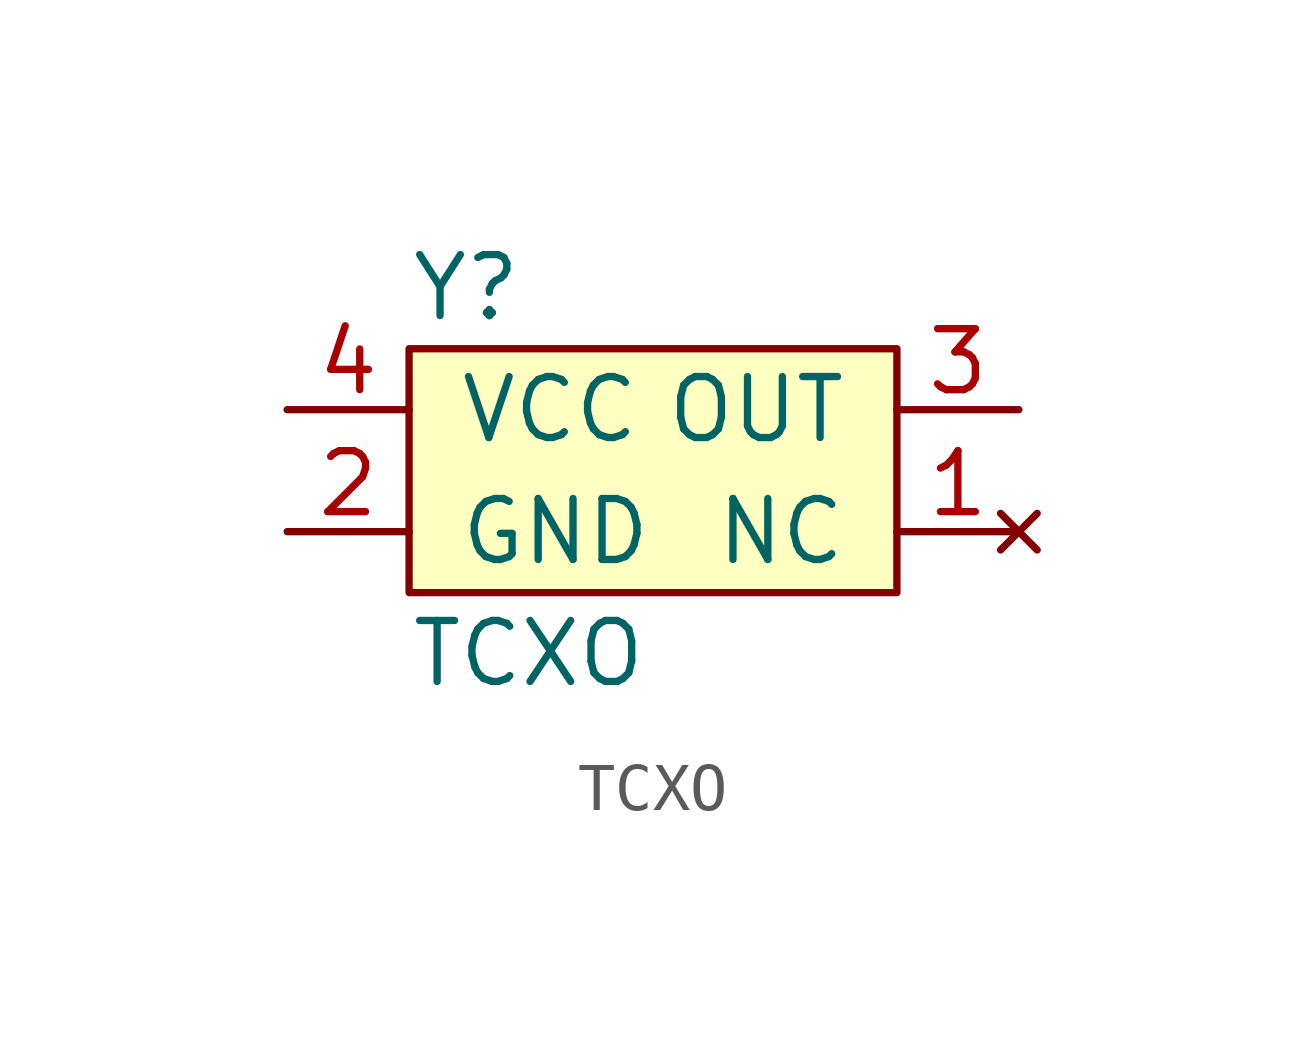
<source format=kicad_sym>
(kicad_symbol_lib
  (version 20211014)
  (generator kicad_symbol_editor)
  (symbol "TCXO"
    (pin_names
      (offset 1.016))
    (property "Reference" "Y"
      (at -5.08 2.54 0)
      (effects (font (size 1.27 1.27)) (justify left)))
    (property "Value" "TCXO"
      (at -5.08 -5.08 0)
      (effects (font (size 1.27 1.27)) (justify left)))
    (symbol "TCXO_0_1"
      (rectangle (start -5.08 1.27) (end 5.08 -3.81) (stroke (width 0) (type default) (color 0 0 0 0)) (fill (type background))))
    (symbol "TCXO_1_1"
      (pin no_connect line (at 7.62 -2.54 180) (length 2.54) (name "NC" (effects (font (size 1.27 1.27)))) (number "1" (effects (font (size 1.27 1.27)))))
      (pin power_in line (at -7.62 -2.54 0) (length 2.54) (name "GND" (effects (font (size 1.27 1.27)))) (number "2" (effects (font (size 1.27 1.27)))))
      (pin output line (at 7.62 0 180) (length 2.54) (name "OUT" (effects (font (size 1.27 1.27)))) (number "3" (effects (font (size 1.27 1.27)))))
      (pin power_in line (at -7.62 0 0) (length 2.54) (name "VCC" (effects (font (size 1.27 1.27)))) (number "4" (effects (font (size 1.27 1.27))))))))
</source>
